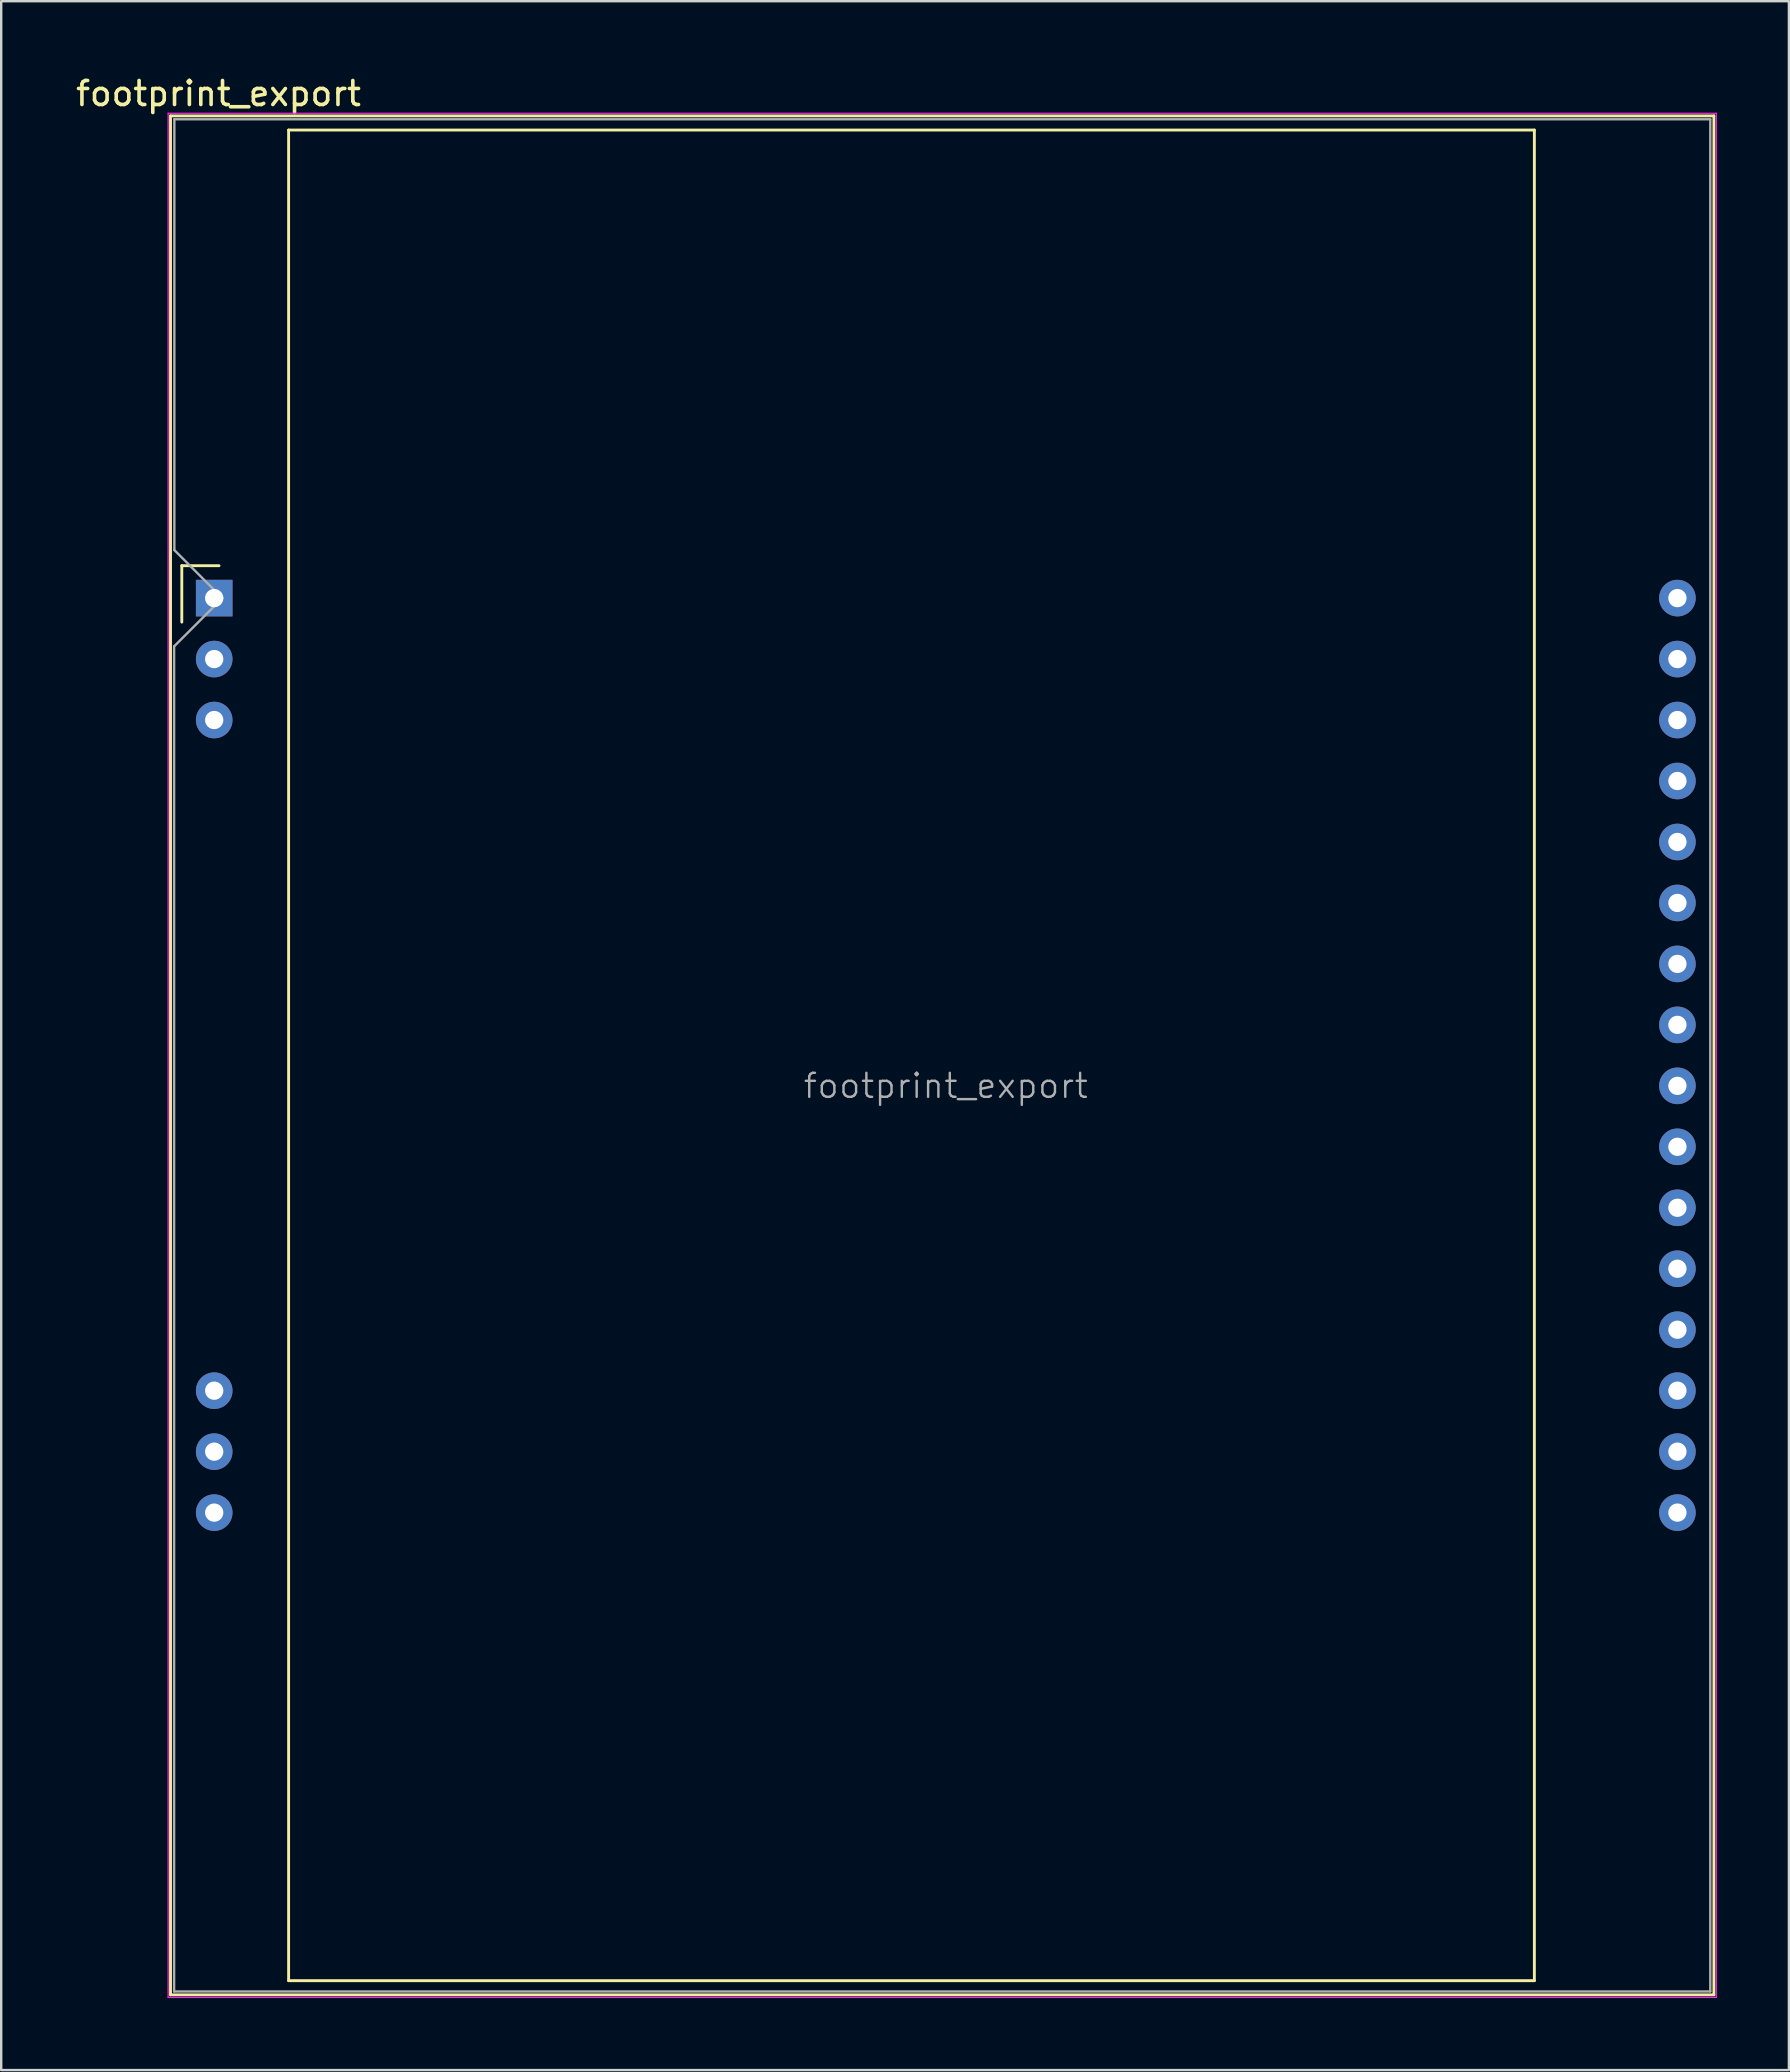
<source format=kicad_pcb>
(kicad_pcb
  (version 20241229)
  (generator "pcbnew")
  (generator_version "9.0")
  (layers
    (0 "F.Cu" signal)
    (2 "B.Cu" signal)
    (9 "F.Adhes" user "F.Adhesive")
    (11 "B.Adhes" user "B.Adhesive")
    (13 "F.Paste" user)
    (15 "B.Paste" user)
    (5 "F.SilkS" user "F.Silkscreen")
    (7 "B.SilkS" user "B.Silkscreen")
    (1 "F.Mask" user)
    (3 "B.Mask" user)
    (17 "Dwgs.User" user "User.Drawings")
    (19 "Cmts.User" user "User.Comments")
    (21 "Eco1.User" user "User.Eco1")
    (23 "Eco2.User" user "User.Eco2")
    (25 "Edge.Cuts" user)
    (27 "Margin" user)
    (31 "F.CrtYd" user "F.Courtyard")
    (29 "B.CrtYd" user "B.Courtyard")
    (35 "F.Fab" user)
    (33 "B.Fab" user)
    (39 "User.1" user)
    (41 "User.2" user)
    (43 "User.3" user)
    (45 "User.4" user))
  (footprint "footprint_export"
    (layer "F.Cu")
    (at 5.874 21.868)
    (property "Reference" "footprint_export" (at 0.18 -21.02 0) (layer "F.SilkS") (effects (font (size 1 1) (thickness 0.15))))
    (attr through_hole)
    (fp_line (start -1.82 -20.09) (end -1.82 58.19) (stroke (width 0.12) (type solid)) (layer "F.SilkS"))
    (fp_line (start -1.82 58.19) (end 62.48 58.19) (stroke (width 0.12) (type solid)) (layer "F.SilkS"))
    (fp_line (start -1.35 -1.35) (end -1.35 1) (stroke (width 0.12) (type solid)) (layer "F.SilkS"))
    (fp_line (start 0.2 -1.35) (end -1.35 -1.35) (stroke (width 0.12) (type solid)) (layer "F.SilkS"))
    (fp_line (start 3.1 -19.5) (end 3.1 57.6) (stroke (width 0.12) (type solid)) (layer "F.SilkS"))
    (fp_line (start 3.1 57.6) (end 55 57.6) (stroke (width 0.12) (type solid)) (layer "F.SilkS"))
    (fp_line (start 55 -19.5) (end 3.1 -19.5) (stroke (width 0.12) (type solid)) (layer "F.SilkS"))
    (fp_line (start 55 57.6) (end 55 -19.5) (stroke (width 0.12) (type solid)) (layer "F.SilkS"))
    (fp_line (start 62.48 -20.09) (end -1.82 -20.09) (stroke (width 0.12) (type solid)) (layer "F.SilkS"))
    (fp_line (start 62.48 58.19) (end 62.48 -20.09) (stroke (width 0.12) (type solid)) (layer "F.SilkS"))
    (fp_line (start -1.92 -20.2) (end 62.58 -20.2) (stroke (width 0.05) (type solid)) (layer "F.CrtYd"))
    (fp_line (start -1.92 58.3) (end -1.92 -20.2) (stroke (width 0.05) (type solid)) (layer "F.CrtYd"))
    (fp_line (start 62.58 -20.2) (end 62.58 58.3) (stroke (width 0.05) (type solid)) (layer "F.CrtYd"))
    (fp_line (start 62.58 58.3) (end -1.92 58.3) (stroke (width 0.05) (type solid)) (layer "F.CrtYd"))
    (fp_line (start -1.67 2) (end -1.67 58.05) (stroke (width 0.1) (type solid)) (layer "F.Fab"))
    (fp_line (start -1.66 -19.95) (end 62.33 -19.95) (stroke (width 0.1) (type solid)) (layer "F.Fab"))
    (fp_line (start -1.66 -2) (end -1.66 -19.95) (stroke (width 0.1) (type solid)) (layer "F.Fab"))
    (fp_line (start -1.66 -2) (end 0.34 0) (stroke (width 0.1) (type solid)) (layer "F.Fab"))
    (fp_line (start 0.34 0) (end -1.66 2) (stroke (width 0.1) (type solid)) (layer "F.Fab"))
    (fp_line (start 62.33 -19.95) (end 62.33 58.05) (stroke (width 0.1) (type solid)) (layer "F.Fab"))
    (fp_line (start 62.33 58.05) (end -1.67 58.05) (stroke (width 0.1) (type solid)) (layer "F.Fab"))
    (fp_text user "${REFERENCE}" (at 30.48 20.32 0) (layer "F.Fab") (effects (font (size 1 1) (thickness 0.1))))
    (pad "1" thru_hole rect (at 0 0) (size 1.524 1.524) (drill 0.762) (layers "*.Cu" "*.Mask"))
    (pad "2" thru_hole circle (at 0 2.54) (size 1.524 1.524) (drill 0.762) (layers "*.Cu" "*.Mask"))
    (pad "3" thru_hole circle (at 0 5.08) (size 1.524 1.524) (drill 0.762) (layers "*.Cu" "*.Mask"))
    (pad "14" thru_hole circle (at 0 33.02) (size 1.524 1.524) (drill 0.762) (layers "*.Cu" "*.Mask"))
    (pad "15" thru_hole circle (at 0 35.56) (size 1.524 1.524) (drill 0.762) (layers "*.Cu" "*.Mask"))
    (pad "16" thru_hole circle (at 0 38.1) (size 1.524 1.524) (drill 0.762) (layers "*.Cu" "*.Mask"))
    (pad "17" thru_hole circle (at 60.96 38.1) (size 1.524 1.524) (drill 0.762) (layers "*.Cu" "*.Mask"))
    (pad "18" thru_hole circle (at 60.96 35.56) (size 1.524 1.524) (drill 0.762) (layers "*.Cu" "*.Mask"))
    (pad "19" thru_hole circle (at 60.96 33.02) (size 1.524 1.524) (drill 0.762) (layers "*.Cu" "*.Mask"))
    (pad "20" thru_hole circle (at 60.96 30.48) (size 1.524 1.524) (drill 0.762) (layers "*.Cu" "*.Mask"))
    (pad "21" thru_hole circle (at 60.96 27.94) (size 1.524 1.524) (drill 0.762) (layers "*.Cu" "*.Mask"))
    (pad "22" thru_hole circle (at 60.96 25.4) (size 1.524 1.524) (drill 0.762) (layers "*.Cu" "*.Mask"))
    (pad "23" thru_hole circle (at 60.96 22.86) (size 1.524 1.524) (drill 0.762) (layers "*.Cu" "*.Mask"))
    (pad "24" thru_hole circle (at 60.96 20.32) (size 1.524 1.524) (drill 0.762) (layers "*.Cu" "*.Mask"))
    (pad "25" thru_hole circle (at 60.96 17.78) (size 1.524 1.524) (drill 0.762) (layers "*.Cu" "*.Mask"))
    (pad "26" thru_hole circle (at 60.96 15.24) (size 1.524 1.524) (drill 0.762) (layers "*.Cu" "*.Mask"))
    (pad "27" thru_hole circle (at 60.96 12.7) (size 1.524 1.524) (drill 0.762) (layers "*.Cu" "*.Mask"))
    (pad "28" thru_hole circle (at 60.96 10.16) (size 1.524 1.524) (drill 0.762) (layers "*.Cu" "*.Mask"))
    (pad "29" thru_hole circle (at 60.96 7.62) (size 1.524 1.524) (drill 0.762) (layers "*.Cu" "*.Mask"))
    (pad "30" thru_hole circle (at 60.96 5.08) (size 1.524 1.524) (drill 0.762) (layers "*.Cu" "*.Mask"))
    (pad "31" thru_hole circle (at 60.96 2.54) (size 1.524 1.524) (drill 0.762) (layers "*.Cu" "*.Mask"))
    (pad "32" thru_hole circle (at 60.96 0) (size 1.524 1.524) (drill 0.762) (layers "*.Cu" "*.Mask")))
  (gr_rect
    (start -3 -3)
    (end 71.479 83.193)
    (stroke (width 0.1) (type default))
    (fill no)
    (layer "Edge.Cuts")))
</source>
